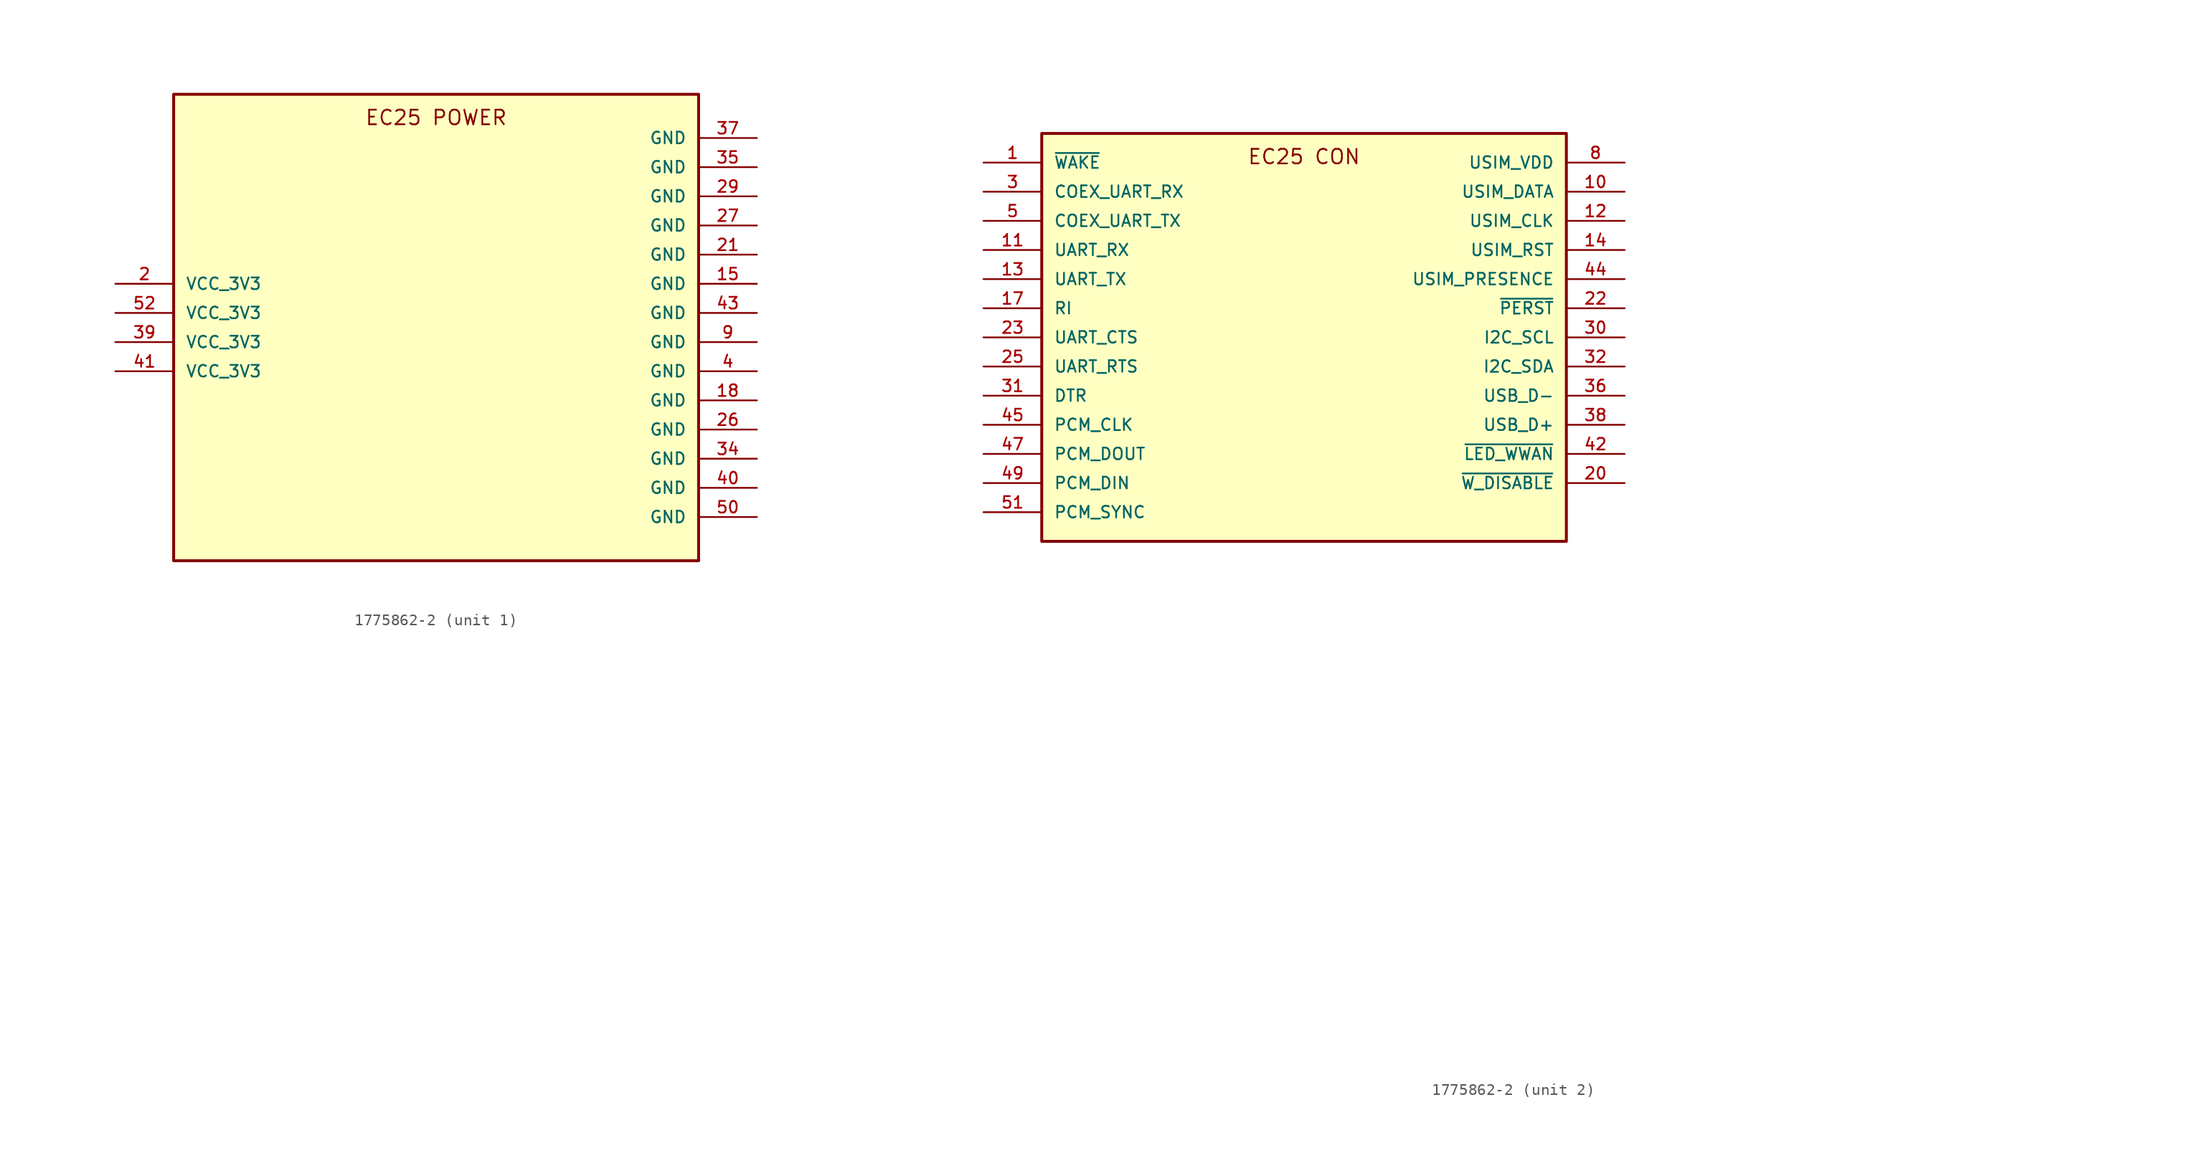
<source format=kicad_sym>
(kicad_symbol_lib
  (version 20241209)
  (generator "kicad_symbol_editor")
  (generator_version "9.0")
  (symbol "1775862-2"
    (pin_names
      (offset 1.016))
    (property "Reference" "J"
      (at -22.865 33.535 0)
      (effects (font (size 1.27 1.27)) (justify left bottom) (hide yes)))
    (property "ki_locked" ""
      (at 0 0 0)
      (effects (font (size 1.27 1.27))))
    (symbol "1775862-2_1_0"
      (rectangle (start -22.86 7.62) (end 22.86 -33.02) (stroke (width 0.254) (type solid)) (fill (type background)))
      (pin power_in line (at -27.94 -8.89 0) (length 5.08) (name "VCC_3V3" (effects (font (size 1.016 1.016)))) (number "2" (effects (font (size 1.016 1.016)))))
      (pin power_in line (at -27.94 -11.43 0) (length 5.08) (name "VCC_3V3" (effects (font (size 1.016 1.016)))) (number "52" (effects (font (size 1.016 1.016)))))
      (pin power_in line (at -27.94 -13.97 0) (length 5.08) (name "VCC_3V3" (effects (font (size 1.016 1.016)))) (number "39" (effects (font (size 1.016 1.016)))))
      (pin power_in line (at -27.94 -16.51 0) (length 5.08) (name "VCC_3V3" (effects (font (size 1.016 1.016)))) (number "41" (effects (font (size 1.016 1.016)))))
      (pin power_in line (at 27.94 3.81 180) (length 5.08) (name "GND" (effects (font (size 1.016 1.016)))) (number "37" (effects (font (size 1.016 1.016)))))
      (pin power_in line (at 27.94 1.27 180) (length 5.08) (name "GND" (effects (font (size 1.016 1.016)))) (number "35" (effects (font (size 1.016 1.016)))))
      (pin power_in line (at 27.94 -1.27 180) (length 5.08) (name "GND" (effects (font (size 1.016 1.016)))) (number "29" (effects (font (size 1.016 1.016)))))
      (pin power_in line (at 27.94 -3.81 180) (length 5.08) (name "GND" (effects (font (size 1.016 1.016)))) (number "27" (effects (font (size 1.016 1.016)))))
      (pin power_in line (at 27.94 -6.35 180) (length 5.08) (name "GND" (effects (font (size 1.016 1.016)))) (number "21" (effects (font (size 1.016 1.016)))))
      (pin power_in line (at 27.94 -8.89 180) (length 5.08) (name "GND" (effects (font (size 1.016 1.016)))) (number "15" (effects (font (size 1.016 1.016)))))
      (pin power_in line (at 27.94 -11.43 180) (length 5.08) (name "GND" (effects (font (size 1.016 1.016)))) (number "43" (effects (font (size 1.016 1.016)))))
      (pin power_in line (at 27.94 -13.97 180) (length 5.08) (name "GND" (effects (font (size 1.016 1.016)))) (number "9" (effects (font (size 1.016 1.016)))))
      (pin power_in line (at 27.94 -16.51 180) (length 5.08) (name "GND" (effects (font (size 1.016 1.016)))) (number "4" (effects (font (size 1.016 1.016)))))
      (pin power_in line (at 27.94 -19.05 180) (length 5.08) (name "GND" (effects (font (size 1.016 1.016)))) (number "18" (effects (font (size 1.016 1.016)))))
      (pin power_in line (at 27.94 -21.59 180) (length 5.08) (name "GND" (effects (font (size 1.016 1.016)))) (number "26" (effects (font (size 1.016 1.016)))))
      (pin power_in line (at 27.94 -24.13 180) (length 5.08) (name "GND" (effects (font (size 1.016 1.016)))) (number "34" (effects (font (size 1.016 1.016)))))
      (pin power_in line (at 27.94 -26.67 180) (length 5.08) (name "GND" (effects (font (size 1.016 1.016)))) (number "40" (effects (font (size 1.016 1.016)))))
      (pin power_in line (at 27.94 -29.21 180) (length 5.08) (name "GND" (effects (font (size 1.016 1.016)))) (number "50" (effects (font (size 1.016 1.016))))))
    (symbol "1775862-2_1_1"
      (text "EC25 POWER" (at 0 5.588 0) (effects (font (size 1.27 1.27)))))
    (symbol "1775862-2_2_0"
      (rectangle (start -22.86 34.29) (end 22.86 -1.27) (stroke (width 0.254) (type solid)) (fill (type background)))
      (pin open_collector line (at -27.94 31.75 0) (length 5.08) (name "~{WAKE}" (effects (font (size 1.016 1.016)))) (number "1" (effects (font (size 1.016 1.016)))))
      (pin input line (at -27.94 29.21 0) (length 5.08) (name "COEX_UART_RX" (effects (font (size 1.016 1.016)))) (number "3" (effects (font (size 1.016 1.016)))))
      (pin output line (at -27.94 26.67 0) (length 5.08) (name "COEX_UART_TX" (effects (font (size 1.016 1.016)))) (number "5" (effects (font (size 1.016 1.016)))))
      (pin input line (at -27.94 24.13 0) (length 5.08) (name "UART_RX" (effects (font (size 1.016 1.016)))) (number "11" (effects (font (size 1.016 1.016)))))
      (pin output line (at -27.94 21.59 0) (length 5.08) (name "UART_TX" (effects (font (size 1.016 1.016)))) (number "13" (effects (font (size 1.016 1.016)))))
      (pin output line (at -27.94 19.05 0) (length 5.08) (name "RI" (effects (font (size 1.016 1.016)))) (number "17" (effects (font (size 1.016 1.016)))))
      (pin input line (at -27.94 16.51 0) (length 5.08) (name "UART_CTS" (effects (font (size 1.016 1.016)))) (number "23" (effects (font (size 1.016 1.016)))))
      (pin output line (at -27.94 13.97 0) (length 5.08) (name "UART_RTS" (effects (font (size 1.016 1.016)))) (number "25" (effects (font (size 1.016 1.016)))))
      (pin input line (at -27.94 11.43 0) (length 5.08) (name "DTR" (effects (font (size 1.016 1.016)))) (number "31" (effects (font (size 1.016 1.016)))))
      (pin bidirectional line (at -27.94 8.89 0) (length 5.08) (name "PCM_CLK" (effects (font (size 1.016 1.016)))) (number "45" (effects (font (size 1.016 1.016)))))
      (pin output line (at -27.94 6.35 0) (length 5.08) (name "PCM_DOUT" (effects (font (size 1.016 1.016)))) (number "47" (effects (font (size 1.016 1.016)))))
      (pin input line (at -27.94 3.81 0) (length 5.08) (name "PCM_DIN" (effects (font (size 1.016 1.016)))) (number "49" (effects (font (size 1.016 1.016)))))
      (pin bidirectional line (at -27.94 1.27 0) (length 5.08) (name "PCM_SYNC" (effects (font (size 1.016 1.016)))) (number "51" (effects (font (size 1.016 1.016)))))
      (pin power_out line (at 27.94 31.75 180) (length 5.08) (name "USIM_VDD" (effects (font (size 1.016 1.016)))) (number "8" (effects (font (size 1.016 1.016)))))
      (pin bidirectional line (at 27.94 29.21 180) (length 5.08) (name "USIM_DATA" (effects (font (size 1.016 1.016)))) (number "10" (effects (font (size 1.016 1.016)))))
      (pin output line (at 27.94 26.67 180) (length 5.08) (name "USIM_CLK" (effects (font (size 1.016 1.016)))) (number "12" (effects (font (size 1.016 1.016)))))
      (pin output line (at 27.94 24.13 180) (length 5.08) (name "USIM_RST" (effects (font (size 1.016 1.016)))) (number "14" (effects (font (size 1.016 1.016)))))
      (pin input line (at 27.94 21.59 180) (length 5.08) (name "USIM_PRESENCE" (effects (font (size 1.016 1.016)))) (number "44" (effects (font (size 1.016 1.016)))))
      (pin input line (at 27.94 19.05 180) (length 5.08) (name "~{PERST}" (effects (font (size 1.016 1.016)))) (number "22" (effects (font (size 1.016 1.016)))))
      (pin output line (at 27.94 16.51 180) (length 5.08) (name "I2C_SCL" (effects (font (size 1.016 1.016)))) (number "30" (effects (font (size 1.016 1.016)))))
      (pin bidirectional line (at 27.94 13.97 180) (length 5.08) (name "I2C_SDA" (effects (font (size 1.016 1.016)))) (number "32" (effects (font (size 1.016 1.016)))))
      (pin bidirectional line (at 27.94 11.43 180) (length 5.08) (name "USB_D-" (effects (font (size 1.016 1.016)))) (number "36" (effects (font (size 1.016 1.016)))))
      (pin bidirectional line (at 27.94 8.89 180) (length 5.08) (name "USB_D+" (effects (font (size 1.016 1.016)))) (number "38" (effects (font (size 1.016 1.016)))))
      (pin open_collector line (at 27.94 6.35 180) (length 5.08) (name "~{LED_WWAN}" (effects (font (size 1.016 1.016)))) (number "42" (effects (font (size 1.016 1.016)))))
      (pin input line (at 27.94 3.81 180) (length 5.08) (name "~{W_DISABLE}" (effects (font (size 1.016 1.016)))) (number "20" (effects (font (size 1.016 1.016)))))
      (pin no_connect line (at 59.69 -20.32 0) (length 5.08) (hide yes) (name "RESERVED" (effects (font (size 1.016 1.016)))) (number "33" (effects (font (size 1.016 1.016)))))
      (pin no_connect line (at 59.69 -22.86 0) (length 5.08) (hide yes) (name "RESERVED" (effects (font (size 1.016 1.016)))) (number "19" (effects (font (size 1.016 1.016)))))
      (pin no_connect line (at 59.69 -25.4 0) (length 5.08) (hide yes) (name "RESERVED" (effects (font (size 1.016 1.016)))) (number "7" (effects (font (size 1.016 1.016)))))
      (pin no_connect line (at 59.69 -27.94 0) (length 5.08) (hide yes) (name "NC" (effects (font (size 1.016 1.016)))) (number "48" (effects (font (size 1.016 1.016)))))
      (pin no_connect line (at 59.69 -30.48 0) (length 5.08) (hide yes) (name "RESERVED" (effects (font (size 1.016 1.016)))) (number "46" (effects (font (size 1.016 1.016)))))
      (pin no_connect line (at 59.69 -33.02 0) (length 5.08) (hide yes) (name "NC" (effects (font (size 1.016 1.016)))) (number "6" (effects (font (size 1.016 1.016)))))
      (pin no_connect line (at 59.69 -35.56 0) (length 5.08) (hide yes) (name "RESERVED" (effects (font (size 1.016 1.016)))) (number "16" (effects (font (size 1.016 1.016)))))
      (pin no_connect line (at 59.69 -38.1 0) (length 5.08) (hide yes) (name "NC" (effects (font (size 1.016 1.016)))) (number "28" (effects (font (size 1.016 1.016)))))
      (pin no_connect line (at 59.69 -40.64 0) (length 5.08) (hide yes) (name "RESERVED" (effects (font (size 1.016 1.016)))) (number "24" (effects (font (size 1.016 1.016))))))
    (symbol "1775862-2_2_1"
      (text "EC25 CON" (at 0 32.258 0) (effects (font (size 1.27 1.27)))))))
</source>
